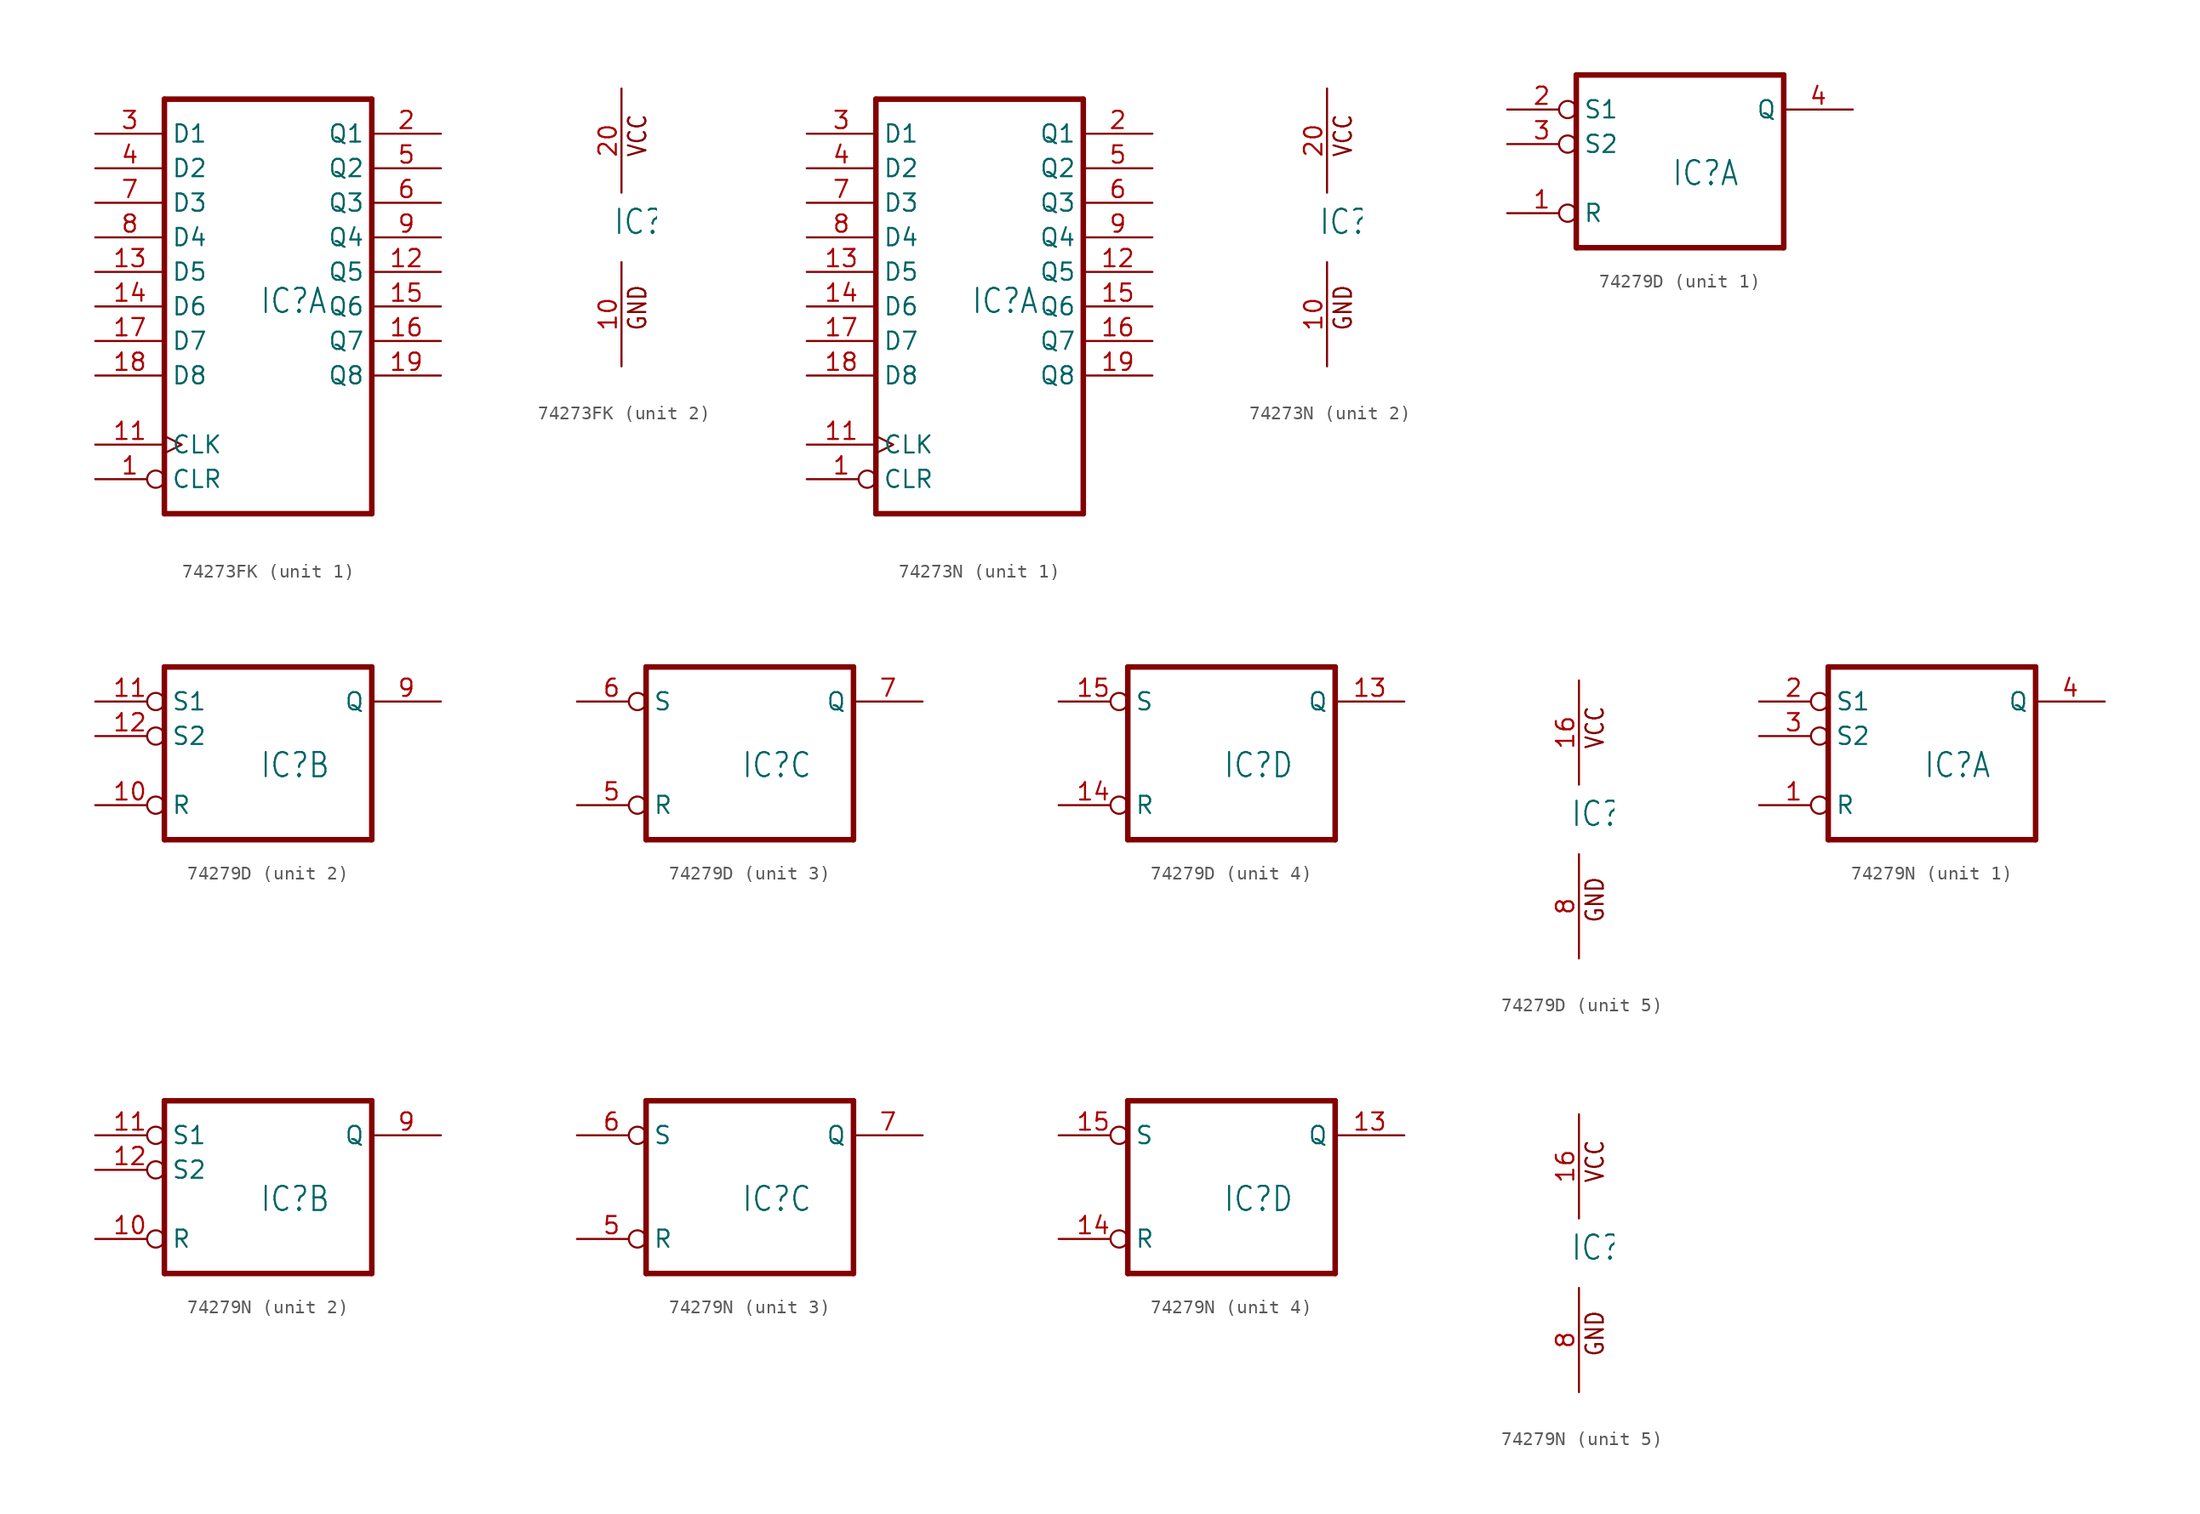
<source format=kicad_sym>
(kicad_symbol_lib
  (version 20211014)
  (generator kicad_symbol_editor)
  (symbol "74273FK"
    (property "Reference" "IC"
      (at -0.635 -0.635 0)
      (effects (font (size 1.778 1.511)) (justify left bottom)))
    (property "ki_locked" ""
      (at 0 0 0)
      (effects (font (size 1.27 1.27))))
    (symbol "74273FK_1_0"
      (polyline (pts (xy -7.62 -15.24) (xy 7.62 -15.24)) (stroke (width 0.406) (type default) (color 0 0 0 0)) (fill (type none)))
      (polyline (pts (xy -7.62 15.24) (xy -7.62 -15.24)) (stroke (width 0.406) (type default) (color 0 0 0 0)) (fill (type none)))
      (polyline (pts (xy 7.62 -15.24) (xy 7.62 15.24)) (stroke (width 0.406) (type default) (color 0 0 0 0)) (fill (type none)))
      (polyline (pts (xy 7.62 15.24) (xy -7.62 15.24)) (stroke (width 0.406) (type default) (color 0 0 0 0)) (fill (type none)))
      (pin input inverted (at -12.7 -12.7 0) (length 5.08) (name "CLR" (effects (font (size 1.27 1.27)))) (number "1" (effects (font (size 1.27 1.27)))))
      (pin input clock (at -12.7 -10.16 0) (length 5.08) (name "CLK" (effects (font (size 1.27 1.27)))) (number "11" (effects (font (size 1.27 1.27)))))
      (pin output line (at 12.7 2.54 180) (length 5.08) (name "Q5" (effects (font (size 1.27 1.27)))) (number "12" (effects (font (size 1.27 1.27)))))
      (pin input line (at -12.7 2.54 0) (length 5.08) (name "D5" (effects (font (size 1.27 1.27)))) (number "13" (effects (font (size 1.27 1.27)))))
      (pin input line (at -12.7 0 0) (length 5.08) (name "D6" (effects (font (size 1.27 1.27)))) (number "14" (effects (font (size 1.27 1.27)))))
      (pin output line (at 12.7 0 180) (length 5.08) (name "Q6" (effects (font (size 1.27 1.27)))) (number "15" (effects (font (size 1.27 1.27)))))
      (pin output line (at 12.7 -2.54 180) (length 5.08) (name "Q7" (effects (font (size 1.27 1.27)))) (number "16" (effects (font (size 1.27 1.27)))))
      (pin input line (at -12.7 -2.54 0) (length 5.08) (name "D7" (effects (font (size 1.27 1.27)))) (number "17" (effects (font (size 1.27 1.27)))))
      (pin input line (at -12.7 -5.08 0) (length 5.08) (name "D8" (effects (font (size 1.27 1.27)))) (number "18" (effects (font (size 1.27 1.27)))))
      (pin output line (at 12.7 -5.08 180) (length 5.08) (name "Q8" (effects (font (size 1.27 1.27)))) (number "19" (effects (font (size 1.27 1.27)))))
      (pin output line (at 12.7 12.7 180) (length 5.08) (name "Q1" (effects (font (size 1.27 1.27)))) (number "2" (effects (font (size 1.27 1.27)))))
      (pin input line (at -12.7 12.7 0) (length 5.08) (name "D1" (effects (font (size 1.27 1.27)))) (number "3" (effects (font (size 1.27 1.27)))))
      (pin input line (at -12.7 10.16 0) (length 5.08) (name "D2" (effects (font (size 1.27 1.27)))) (number "4" (effects (font (size 1.27 1.27)))))
      (pin output line (at 12.7 10.16 180) (length 5.08) (name "Q2" (effects (font (size 1.27 1.27)))) (number "5" (effects (font (size 1.27 1.27)))))
      (pin output line (at 12.7 7.62 180) (length 5.08) (name "Q3" (effects (font (size 1.27 1.27)))) (number "6" (effects (font (size 1.27 1.27)))))
      (pin input line (at -12.7 7.62 0) (length 5.08) (name "D3" (effects (font (size 1.27 1.27)))) (number "7" (effects (font (size 1.27 1.27)))))
      (pin input line (at -12.7 5.08 0) (length 5.08) (name "D4" (effects (font (size 1.27 1.27)))) (number "8" (effects (font (size 1.27 1.27)))))
      (pin output line (at 12.7 5.08 180) (length 5.08) (name "Q4" (effects (font (size 1.27 1.27)))) (number "9" (effects (font (size 1.27 1.27))))))
    (symbol "74273FK_2_0"
      (text "GND" (at 1.905 -7.62 900) (effects (font (size 1.27 1.079)) (justify left bottom)))
      (text "VCC" (at 1.905 5.08 900) (effects (font (size 1.27 1.079)) (justify left bottom)))
      (pin power_in line (at 0 -10.16 90) (length 7.62) (name "GND" (effects (font (size 0 0)))) (number "10" (effects (font (size 1.27 1.27)))))
      (pin power_in line (at 0 10.16 270) (length 7.62) (name "VCC" (effects (font (size 0 0)))) (number "20" (effects (font (size 1.27 1.27)))))))
  (symbol "74273N"
    (property "Reference" "IC"
      (at -0.635 -0.635 0)
      (effects (font (size 1.778 1.511)) (justify left bottom)))
    (property "ki_locked" ""
      (at 0 0 0)
      (effects (font (size 1.27 1.27))))
    (symbol "74273N_1_0"
      (polyline (pts (xy -7.62 -15.24) (xy 7.62 -15.24)) (stroke (width 0.406) (type default) (color 0 0 0 0)) (fill (type none)))
      (polyline (pts (xy -7.62 15.24) (xy -7.62 -15.24)) (stroke (width 0.406) (type default) (color 0 0 0 0)) (fill (type none)))
      (polyline (pts (xy 7.62 -15.24) (xy 7.62 15.24)) (stroke (width 0.406) (type default) (color 0 0 0 0)) (fill (type none)))
      (polyline (pts (xy 7.62 15.24) (xy -7.62 15.24)) (stroke (width 0.406) (type default) (color 0 0 0 0)) (fill (type none)))
      (pin input inverted (at -12.7 -12.7 0) (length 5.08) (name "CLR" (effects (font (size 1.27 1.27)))) (number "1" (effects (font (size 1.27 1.27)))))
      (pin input clock (at -12.7 -10.16 0) (length 5.08) (name "CLK" (effects (font (size 1.27 1.27)))) (number "11" (effects (font (size 1.27 1.27)))))
      (pin output line (at 12.7 2.54 180) (length 5.08) (name "Q5" (effects (font (size 1.27 1.27)))) (number "12" (effects (font (size 1.27 1.27)))))
      (pin input line (at -12.7 2.54 0) (length 5.08) (name "D5" (effects (font (size 1.27 1.27)))) (number "13" (effects (font (size 1.27 1.27)))))
      (pin input line (at -12.7 0 0) (length 5.08) (name "D6" (effects (font (size 1.27 1.27)))) (number "14" (effects (font (size 1.27 1.27)))))
      (pin output line (at 12.7 0 180) (length 5.08) (name "Q6" (effects (font (size 1.27 1.27)))) (number "15" (effects (font (size 1.27 1.27)))))
      (pin output line (at 12.7 -2.54 180) (length 5.08) (name "Q7" (effects (font (size 1.27 1.27)))) (number "16" (effects (font (size 1.27 1.27)))))
      (pin input line (at -12.7 -2.54 0) (length 5.08) (name "D7" (effects (font (size 1.27 1.27)))) (number "17" (effects (font (size 1.27 1.27)))))
      (pin input line (at -12.7 -5.08 0) (length 5.08) (name "D8" (effects (font (size 1.27 1.27)))) (number "18" (effects (font (size 1.27 1.27)))))
      (pin output line (at 12.7 -5.08 180) (length 5.08) (name "Q8" (effects (font (size 1.27 1.27)))) (number "19" (effects (font (size 1.27 1.27)))))
      (pin output line (at 12.7 12.7 180) (length 5.08) (name "Q1" (effects (font (size 1.27 1.27)))) (number "2" (effects (font (size 1.27 1.27)))))
      (pin input line (at -12.7 12.7 0) (length 5.08) (name "D1" (effects (font (size 1.27 1.27)))) (number "3" (effects (font (size 1.27 1.27)))))
      (pin input line (at -12.7 10.16 0) (length 5.08) (name "D2" (effects (font (size 1.27 1.27)))) (number "4" (effects (font (size 1.27 1.27)))))
      (pin output line (at 12.7 10.16 180) (length 5.08) (name "Q2" (effects (font (size 1.27 1.27)))) (number "5" (effects (font (size 1.27 1.27)))))
      (pin output line (at 12.7 7.62 180) (length 5.08) (name "Q3" (effects (font (size 1.27 1.27)))) (number "6" (effects (font (size 1.27 1.27)))))
      (pin input line (at -12.7 7.62 0) (length 5.08) (name "D3" (effects (font (size 1.27 1.27)))) (number "7" (effects (font (size 1.27 1.27)))))
      (pin input line (at -12.7 5.08 0) (length 5.08) (name "D4" (effects (font (size 1.27 1.27)))) (number "8" (effects (font (size 1.27 1.27)))))
      (pin output line (at 12.7 5.08 180) (length 5.08) (name "Q4" (effects (font (size 1.27 1.27)))) (number "9" (effects (font (size 1.27 1.27))))))
    (symbol "74273N_2_0"
      (text "GND" (at 1.905 -7.62 900) (effects (font (size 1.27 1.079)) (justify left bottom)))
      (text "VCC" (at 1.905 5.08 900) (effects (font (size 1.27 1.079)) (justify left bottom)))
      (pin power_in line (at 0 -10.16 90) (length 7.62) (name "GND" (effects (font (size 0 0)))) (number "10" (effects (font (size 1.27 1.27)))))
      (pin power_in line (at 0 10.16 270) (length 7.62) (name "VCC" (effects (font (size 0 0)))) (number "20" (effects (font (size 1.27 1.27)))))))
  (symbol "74279D"
    (property "Reference" "IC"
      (at -0.635 -0.635 0)
      (effects (font (size 1.778 1.511)) (justify left bottom)))
    (property "ki_locked" ""
      (at 0 0 0)
      (effects (font (size 1.27 1.27))))
    (symbol "74279D_1_0"
      (polyline (pts (xy -7.62 -5.08) (xy 7.62 -5.08)) (stroke (width 0.406) (type default) (color 0 0 0 0)) (fill (type none)))
      (polyline (pts (xy -7.62 7.62) (xy -7.62 -5.08)) (stroke (width 0.406) (type default) (color 0 0 0 0)) (fill (type none)))
      (polyline (pts (xy 7.62 -5.08) (xy 7.62 7.62)) (stroke (width 0.406) (type default) (color 0 0 0 0)) (fill (type none)))
      (polyline (pts (xy 7.62 7.62) (xy -7.62 7.62)) (stroke (width 0.406) (type default) (color 0 0 0 0)) (fill (type none)))
      (pin input inverted (at -12.7 -2.54 0) (length 5.08) (name "R" (effects (font (size 1.27 1.27)))) (number "1" (effects (font (size 1.27 1.27)))))
      (pin input inverted (at -12.7 5.08 0) (length 5.08) (name "S1" (effects (font (size 1.27 1.27)))) (number "2" (effects (font (size 1.27 1.27)))))
      (pin input inverted (at -12.7 2.54 0) (length 5.08) (name "S2" (effects (font (size 1.27 1.27)))) (number "3" (effects (font (size 1.27 1.27)))))
      (pin output line (at 12.7 5.08 180) (length 5.08) (name "Q" (effects (font (size 1.27 1.27)))) (number "4" (effects (font (size 1.27 1.27))))))
    (symbol "74279D_2_0"
      (polyline (pts (xy -7.62 -5.08) (xy 7.62 -5.08)) (stroke (width 0.406) (type default) (color 0 0 0 0)) (fill (type none)))
      (polyline (pts (xy -7.62 7.62) (xy -7.62 -5.08)) (stroke (width 0.406) (type default) (color 0 0 0 0)) (fill (type none)))
      (polyline (pts (xy 7.62 -5.08) (xy 7.62 7.62)) (stroke (width 0.406) (type default) (color 0 0 0 0)) (fill (type none)))
      (polyline (pts (xy 7.62 7.62) (xy -7.62 7.62)) (stroke (width 0.406) (type default) (color 0 0 0 0)) (fill (type none)))
      (pin input inverted (at -12.7 -2.54 0) (length 5.08) (name "R" (effects (font (size 1.27 1.27)))) (number "10" (effects (font (size 1.27 1.27)))))
      (pin input inverted (at -12.7 5.08 0) (length 5.08) (name "S1" (effects (font (size 1.27 1.27)))) (number "11" (effects (font (size 1.27 1.27)))))
      (pin input inverted (at -12.7 2.54 0) (length 5.08) (name "S2" (effects (font (size 1.27 1.27)))) (number "12" (effects (font (size 1.27 1.27)))))
      (pin output line (at 12.7 5.08 180) (length 5.08) (name "Q" (effects (font (size 1.27 1.27)))) (number "9" (effects (font (size 1.27 1.27))))))
    (symbol "74279D_3_0"
      (polyline (pts (xy -7.62 -5.08) (xy 7.62 -5.08)) (stroke (width 0.406) (type default) (color 0 0 0 0)) (fill (type none)))
      (polyline (pts (xy -7.62 7.62) (xy -7.62 -5.08)) (stroke (width 0.406) (type default) (color 0 0 0 0)) (fill (type none)))
      (polyline (pts (xy 7.62 -5.08) (xy 7.62 7.62)) (stroke (width 0.406) (type default) (color 0 0 0 0)) (fill (type none)))
      (polyline (pts (xy 7.62 7.62) (xy -7.62 7.62)) (stroke (width 0.406) (type default) (color 0 0 0 0)) (fill (type none)))
      (pin input inverted (at -12.7 -2.54 0) (length 5.08) (name "R" (effects (font (size 1.27 1.27)))) (number "5" (effects (font (size 1.27 1.27)))))
      (pin input inverted (at -12.7 5.08 0) (length 5.08) (name "S" (effects (font (size 1.27 1.27)))) (number "6" (effects (font (size 1.27 1.27)))))
      (pin output line (at 12.7 5.08 180) (length 5.08) (name "Q" (effects (font (size 1.27 1.27)))) (number "7" (effects (font (size 1.27 1.27))))))
    (symbol "74279D_4_0"
      (polyline (pts (xy -7.62 -5.08) (xy 7.62 -5.08)) (stroke (width 0.406) (type default) (color 0 0 0 0)) (fill (type none)))
      (polyline (pts (xy -7.62 7.62) (xy -7.62 -5.08)) (stroke (width 0.406) (type default) (color 0 0 0 0)) (fill (type none)))
      (polyline (pts (xy 7.62 -5.08) (xy 7.62 7.62)) (stroke (width 0.406) (type default) (color 0 0 0 0)) (fill (type none)))
      (polyline (pts (xy 7.62 7.62) (xy -7.62 7.62)) (stroke (width 0.406) (type default) (color 0 0 0 0)) (fill (type none)))
      (pin output line (at 12.7 5.08 180) (length 5.08) (name "Q" (effects (font (size 1.27 1.27)))) (number "13" (effects (font (size 1.27 1.27)))))
      (pin input inverted (at -12.7 -2.54 0) (length 5.08) (name "R" (effects (font (size 1.27 1.27)))) (number "14" (effects (font (size 1.27 1.27)))))
      (pin input inverted (at -12.7 5.08 0) (length 5.08) (name "S" (effects (font (size 1.27 1.27)))) (number "15" (effects (font (size 1.27 1.27))))))
    (symbol "74279D_5_0"
      (text "GND" (at 1.905 -7.62 900) (effects (font (size 1.27 1.079)) (justify left bottom)))
      (text "VCC" (at 1.905 5.08 900) (effects (font (size 1.27 1.079)) (justify left bottom)))
      (pin power_in line (at 0 10.16 270) (length 7.62) (name "VCC" (effects (font (size 0 0)))) (number "16" (effects (font (size 1.27 1.27)))))
      (pin power_in line (at 0 -10.16 90) (length 7.62) (name "GND" (effects (font (size 0 0)))) (number "8" (effects (font (size 1.27 1.27)))))))
  (symbol "74279N"
    (property "Reference" "IC"
      (at -0.635 -0.635 0)
      (effects (font (size 1.778 1.511)) (justify left bottom)))
    (property "ki_locked" ""
      (at 0 0 0)
      (effects (font (size 1.27 1.27))))
    (symbol "74279N_1_0"
      (polyline (pts (xy -7.62 -5.08) (xy 7.62 -5.08)) (stroke (width 0.406) (type default) (color 0 0 0 0)) (fill (type none)))
      (polyline (pts (xy -7.62 7.62) (xy -7.62 -5.08)) (stroke (width 0.406) (type default) (color 0 0 0 0)) (fill (type none)))
      (polyline (pts (xy 7.62 -5.08) (xy 7.62 7.62)) (stroke (width 0.406) (type default) (color 0 0 0 0)) (fill (type none)))
      (polyline (pts (xy 7.62 7.62) (xy -7.62 7.62)) (stroke (width 0.406) (type default) (color 0 0 0 0)) (fill (type none)))
      (pin input inverted (at -12.7 -2.54 0) (length 5.08) (name "R" (effects (font (size 1.27 1.27)))) (number "1" (effects (font (size 1.27 1.27)))))
      (pin input inverted (at -12.7 5.08 0) (length 5.08) (name "S1" (effects (font (size 1.27 1.27)))) (number "2" (effects (font (size 1.27 1.27)))))
      (pin input inverted (at -12.7 2.54 0) (length 5.08) (name "S2" (effects (font (size 1.27 1.27)))) (number "3" (effects (font (size 1.27 1.27)))))
      (pin output line (at 12.7 5.08 180) (length 5.08) (name "Q" (effects (font (size 1.27 1.27)))) (number "4" (effects (font (size 1.27 1.27))))))
    (symbol "74279N_2_0"
      (polyline (pts (xy -7.62 -5.08) (xy 7.62 -5.08)) (stroke (width 0.406) (type default) (color 0 0 0 0)) (fill (type none)))
      (polyline (pts (xy -7.62 7.62) (xy -7.62 -5.08)) (stroke (width 0.406) (type default) (color 0 0 0 0)) (fill (type none)))
      (polyline (pts (xy 7.62 -5.08) (xy 7.62 7.62)) (stroke (width 0.406) (type default) (color 0 0 0 0)) (fill (type none)))
      (polyline (pts (xy 7.62 7.62) (xy -7.62 7.62)) (stroke (width 0.406) (type default) (color 0 0 0 0)) (fill (type none)))
      (pin input inverted (at -12.7 -2.54 0) (length 5.08) (name "R" (effects (font (size 1.27 1.27)))) (number "10" (effects (font (size 1.27 1.27)))))
      (pin input inverted (at -12.7 5.08 0) (length 5.08) (name "S1" (effects (font (size 1.27 1.27)))) (number "11" (effects (font (size 1.27 1.27)))))
      (pin input inverted (at -12.7 2.54 0) (length 5.08) (name "S2" (effects (font (size 1.27 1.27)))) (number "12" (effects (font (size 1.27 1.27)))))
      (pin output line (at 12.7 5.08 180) (length 5.08) (name "Q" (effects (font (size 1.27 1.27)))) (number "9" (effects (font (size 1.27 1.27))))))
    (symbol "74279N_3_0"
      (polyline (pts (xy -7.62 -5.08) (xy 7.62 -5.08)) (stroke (width 0.406) (type default) (color 0 0 0 0)) (fill (type none)))
      (polyline (pts (xy -7.62 7.62) (xy -7.62 -5.08)) (stroke (width 0.406) (type default) (color 0 0 0 0)) (fill (type none)))
      (polyline (pts (xy 7.62 -5.08) (xy 7.62 7.62)) (stroke (width 0.406) (type default) (color 0 0 0 0)) (fill (type none)))
      (polyline (pts (xy 7.62 7.62) (xy -7.62 7.62)) (stroke (width 0.406) (type default) (color 0 0 0 0)) (fill (type none)))
      (pin input inverted (at -12.7 -2.54 0) (length 5.08) (name "R" (effects (font (size 1.27 1.27)))) (number "5" (effects (font (size 1.27 1.27)))))
      (pin input inverted (at -12.7 5.08 0) (length 5.08) (name "S" (effects (font (size 1.27 1.27)))) (number "6" (effects (font (size 1.27 1.27)))))
      (pin output line (at 12.7 5.08 180) (length 5.08) (name "Q" (effects (font (size 1.27 1.27)))) (number "7" (effects (font (size 1.27 1.27))))))
    (symbol "74279N_4_0"
      (polyline (pts (xy -7.62 -5.08) (xy 7.62 -5.08)) (stroke (width 0.406) (type default) (color 0 0 0 0)) (fill (type none)))
      (polyline (pts (xy -7.62 7.62) (xy -7.62 -5.08)) (stroke (width 0.406) (type default) (color 0 0 0 0)) (fill (type none)))
      (polyline (pts (xy 7.62 -5.08) (xy 7.62 7.62)) (stroke (width 0.406) (type default) (color 0 0 0 0)) (fill (type none)))
      (polyline (pts (xy 7.62 7.62) (xy -7.62 7.62)) (stroke (width 0.406) (type default) (color 0 0 0 0)) (fill (type none)))
      (pin output line (at 12.7 5.08 180) (length 5.08) (name "Q" (effects (font (size 1.27 1.27)))) (number "13" (effects (font (size 1.27 1.27)))))
      (pin input inverted (at -12.7 -2.54 0) (length 5.08) (name "R" (effects (font (size 1.27 1.27)))) (number "14" (effects (font (size 1.27 1.27)))))
      (pin input inverted (at -12.7 5.08 0) (length 5.08) (name "S" (effects (font (size 1.27 1.27)))) (number "15" (effects (font (size 1.27 1.27))))))
    (symbol "74279N_5_0"
      (text "GND" (at 1.905 -7.62 900) (effects (font (size 1.27 1.079)) (justify left bottom)))
      (text "VCC" (at 1.905 5.08 900) (effects (font (size 1.27 1.079)) (justify left bottom)))
      (pin power_in line (at 0 10.16 270) (length 7.62) (name "VCC" (effects (font (size 0 0)))) (number "16" (effects (font (size 1.27 1.27)))))
      (pin power_in line (at 0 -10.16 90) (length 7.62) (name "GND" (effects (font (size 0 0)))) (number "8" (effects (font (size 1.27 1.27))))))))
</source>
